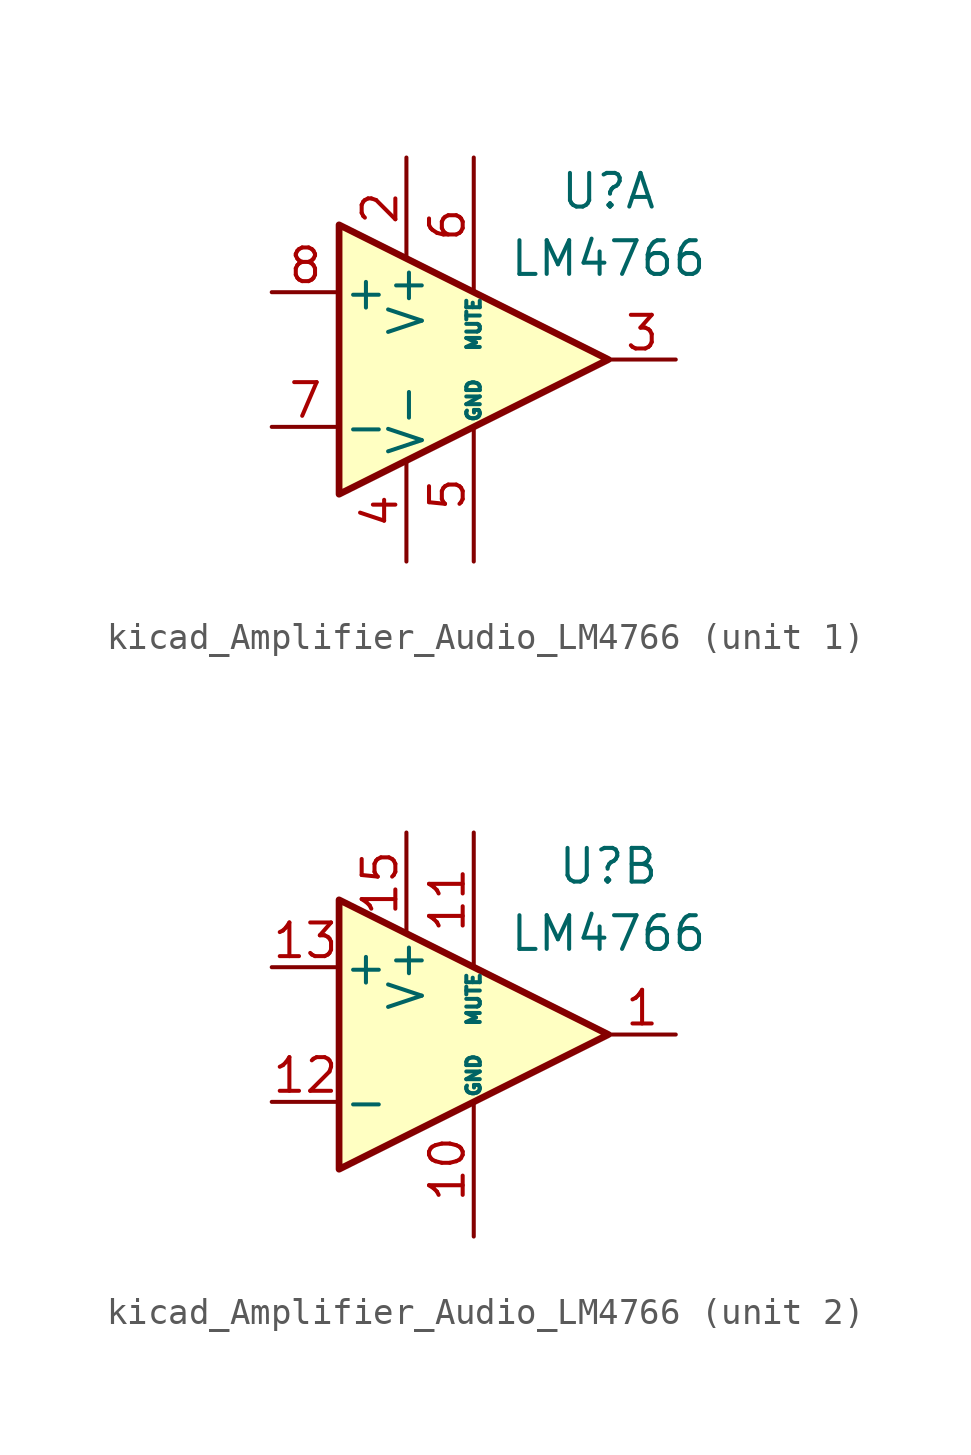
<source format=kicad_sym>
(kicad_symbol_lib
  (version 20220914)
  (generator kicad_symbol_editor)
  (symbol "kicad_Amplifier_Audio_LM4766"
    (pin_names
      (offset 0.127))
    (property "Reference" "U"
      (at 5.08 6.35 0)
      (effects (font (size 1.27 1.27))))
    (property "Value" "LM4766"
      (at 5.08 3.81 0)
      (effects (font (size 1.27 1.27))))
    (property "ki_locked" ""
      (at 0 0 0)
      (effects (font (size 1.27 1.27))))
    (symbol "kicad_Amplifier_Audio_LM4766_0_1"
      (polyline (pts (xy -5.08 5.08) (xy 5.08 0) (xy -5.08 -5.08) (xy -5.08 5.08)) (stroke (width 0.254) (type default)) (fill (type background))))
    (symbol "kicad_Amplifier_Audio_LM4766_1_1"
      (pin power_in line (at -2.54 7.62 270) (length 3.81) (name "V+" (effects (font (size 1.27 1.27)))) (number "2" (effects (font (size 1.27 1.27)))))
      (pin output line (at 7.62 0 180) (length 2.54) (name "~" (effects (font (size 1.27 1.27)))) (number "3" (effects (font (size 1.27 1.27)))))
      (pin power_in line (at -2.54 -7.62 90) (length 3.81) (name "V-" (effects (font (size 1.27 1.27)))) (number "4" (effects (font (size 1.27 1.27)))))
      (pin power_in line (at 0 -7.62 90) (length 5.08) (name "GND" (effects (font (size 0.508 0.508)))) (number "5" (effects (font (size 1.27 1.27)))))
      (pin input line (at 0 7.62 270) (length 5.08) (name "MUTE" (effects (font (size 0.508 0.508)))) (number "6" (effects (font (size 1.27 1.27)))))
      (pin input line (at -7.62 -2.54 0) (length 2.54) (name "-" (effects (font (size 1.27 1.27)))) (number "7" (effects (font (size 1.27 1.27)))))
      (pin input line (at -7.62 2.54 0) (length 2.54) (name "+" (effects (font (size 1.27 1.27)))) (number "8" (effects (font (size 1.27 1.27)))))
      (pin no_connect line (at 0 2.54 270) (length 2.54) hide (name "NC" (effects (font (size 1.27 1.27)))) (number "9" (effects (font (size 1.27 1.27))))))
    (symbol "kicad_Amplifier_Audio_LM4766_2_1"
      (pin output line (at 7.62 0 180) (length 2.54) (name "~" (effects (font (size 1.27 1.27)))) (number "1" (effects (font (size 1.27 1.27)))))
      (pin power_in line (at 0 -7.62 90) (length 5.08) (name "GND" (effects (font (size 0.508 0.508)))) (number "10" (effects (font (size 1.27 1.27)))))
      (pin input line (at 0 7.62 270) (length 5.08) (name "MUTE" (effects (font (size 0.508 0.508)))) (number "11" (effects (font (size 1.27 1.27)))))
      (pin input line (at -7.62 -2.54 0) (length 2.54) (name "-" (effects (font (size 1.27 1.27)))) (number "12" (effects (font (size 1.27 1.27)))))
      (pin input line (at -7.62 2.54 0) (length 2.54) (name "+" (effects (font (size 1.27 1.27)))) (number "13" (effects (font (size 1.27 1.27)))))
      (pin no_connect line (at 0 2.54 270) (length 2.54) hide (name "NC" (effects (font (size 1.27 1.27)))) (number "14" (effects (font (size 1.27 1.27)))))
      (pin power_in line (at -2.54 7.62 270) (length 3.81) (name "V+" (effects (font (size 1.27 1.27)))) (number "15" (effects (font (size 1.27 1.27))))))))
</source>
